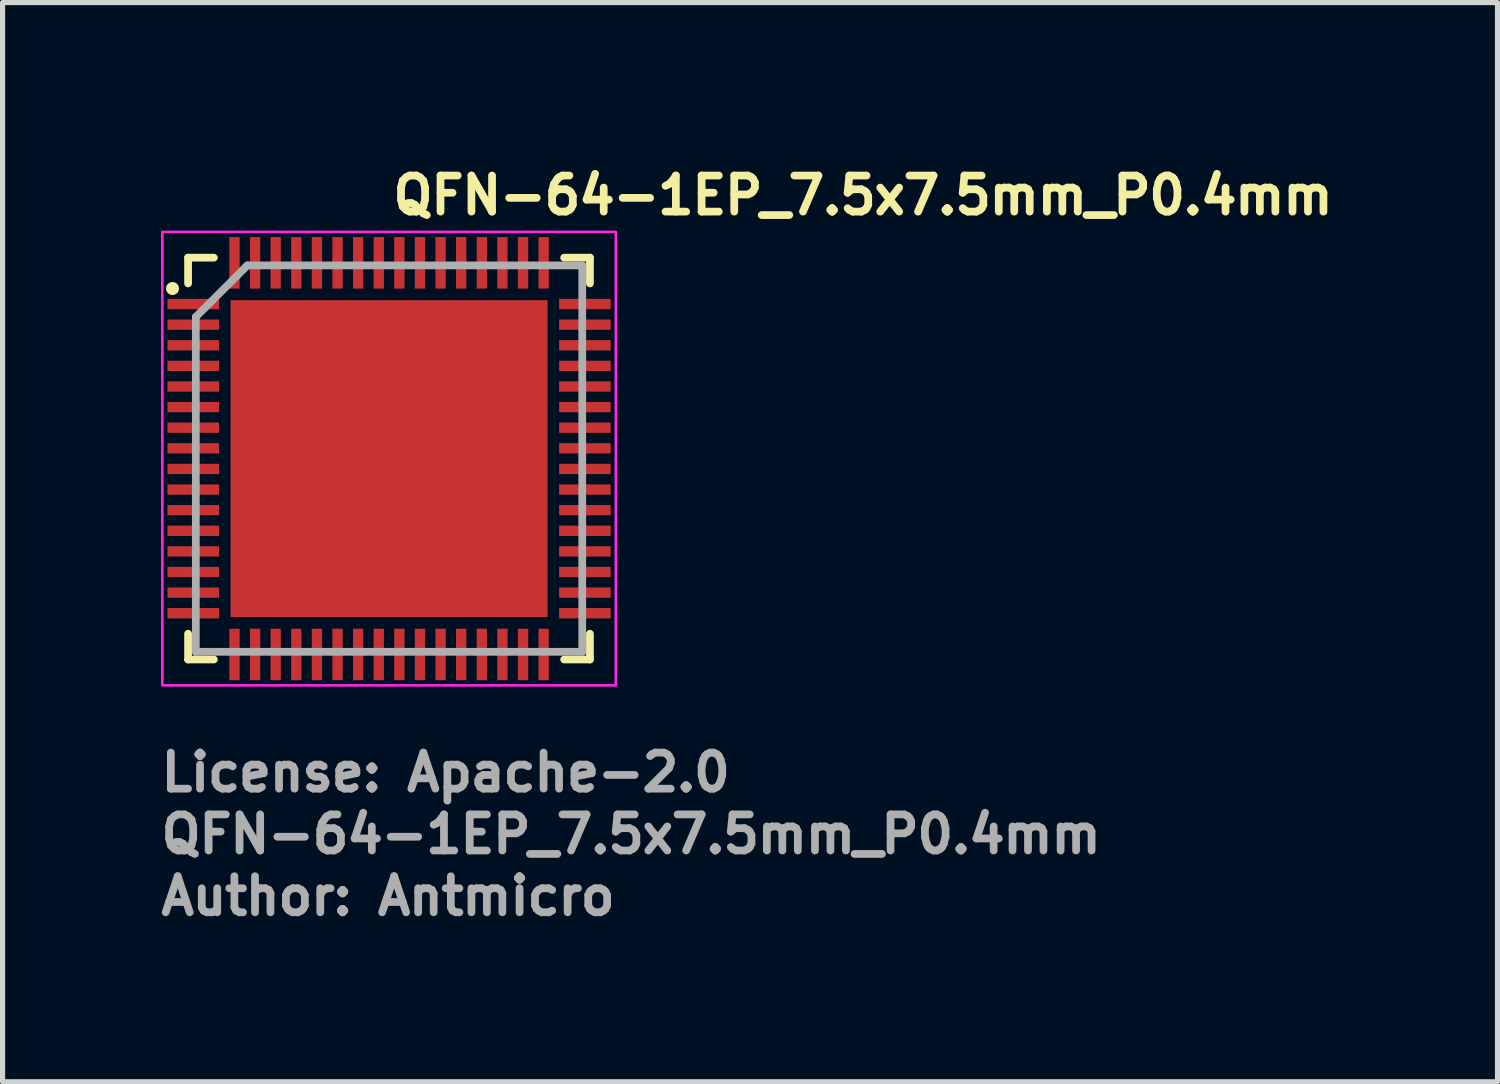
<source format=kicad_pcb>
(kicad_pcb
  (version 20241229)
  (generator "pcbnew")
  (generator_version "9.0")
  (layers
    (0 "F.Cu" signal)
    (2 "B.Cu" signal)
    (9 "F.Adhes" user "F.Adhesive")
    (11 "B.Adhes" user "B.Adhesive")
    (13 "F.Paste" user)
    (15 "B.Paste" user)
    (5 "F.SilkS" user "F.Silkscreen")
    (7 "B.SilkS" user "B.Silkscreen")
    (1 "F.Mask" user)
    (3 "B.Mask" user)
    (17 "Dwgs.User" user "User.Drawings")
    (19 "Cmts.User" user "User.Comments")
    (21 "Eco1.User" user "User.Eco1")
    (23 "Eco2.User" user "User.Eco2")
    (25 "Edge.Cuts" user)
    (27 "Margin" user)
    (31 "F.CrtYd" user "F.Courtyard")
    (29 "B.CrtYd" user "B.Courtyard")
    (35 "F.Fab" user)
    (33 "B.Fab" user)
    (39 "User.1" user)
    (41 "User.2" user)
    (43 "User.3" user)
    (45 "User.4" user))
  (footprint "QFN-64-1EP_7.5x7.5mm_P0.4mm"
    (layer "F.Cu")
    (at 4.5 5.85)
    (property "Reference" "QFN-64-1EP_7.5x7.5mm_P0.4mm" (at 0 -4.7 0) (layer "F.SilkS") (effects (font (size 0.7 0.7) (thickness 0.15)) (justify left bottom)))
    (attr smd)
    (fp_line (start -3.9 -3.9) (end -3.4 -3.9) (stroke (width 0.15) (type solid)) (layer "F.SilkS"))
    (fp_line (start -3.9 -3.4) (end -3.9 -3.9) (stroke (width 0.15) (type solid)) (layer "F.SilkS"))
    (fp_line (start -3.9 3.898) (end -3.9 3.398) (stroke (width 0.15) (type solid)) (layer "F.SilkS"))
    (fp_line (start -3.4 3.898) (end -3.9 3.898) (stroke (width 0.15) (type solid)) (layer "F.SilkS"))
    (fp_line (start 3.398 -3.9) (end 3.898 -3.9) (stroke (width 0.15) (type solid)) (layer "F.SilkS"))
    (fp_line (start 3.398 3.898) (end 3.898 3.898) (stroke (width 0.15) (type solid)) (layer "F.SilkS"))
    (fp_line (start 3.898 -3.9) (end 3.898 -3.4) (stroke (width 0.15) (type solid)) (layer "F.SilkS"))
    (fp_line (start 3.898 3.898) (end 3.898 3.398) (stroke (width 0.15) (type solid)) (layer "F.SilkS"))
    (fp_circle (center -4.202 -3.301) (end -4.151 -3.301) (stroke (width 0.15) (type solid)) (fill yes) (layer "F.SilkS"))
    (fp_poly (pts (xy -2.681 1.126) (xy -1.18 1.126) (xy -1.18 2.68) (xy -2.681 2.68)) (stroke (width 0.01) (type solid)) (fill yes) (layer "F.Paste"))
    (fp_poly (pts (xy -1.17 -1.131) (xy -2.67 -1.131) (xy -2.67 -2.681) (xy -1.17 -2.681)) (stroke (width 0.01) (type solid)) (fill yes) (layer "F.Paste"))
    (fp_poly (pts (xy -1.17 0.77) (xy -2.67 0.77) (xy -2.67 -0.784) (xy -1.17 -0.784)) (stroke (width 0.01) (type solid)) (fill yes) (layer "F.Paste"))
    (fp_poly (pts (xy -0.73 1.126) (xy 0.77 1.126) (xy 0.77 2.68) (xy -0.73 2.68)) (stroke (width 0.01) (type solid)) (fill yes) (layer "F.Paste"))
    (fp_poly (pts (xy 0.726 -1.131) (xy -0.774 -1.131) (xy -0.774 -2.681) (xy 0.726 -2.681)) (stroke (width 0.01) (type solid)) (fill yes) (layer "F.Paste"))
    (fp_poly (pts (xy 0.726 0.77) (xy -0.774 0.77) (xy -0.774 -0.784) (xy 0.726 -0.784)) (stroke (width 0.01) (type solid)) (fill yes) (layer "F.Paste"))
    (fp_poly (pts (xy 1.169 1.126) (xy 2.668 1.126) (xy 2.668 2.68) (xy 1.169 2.68)) (stroke (width 0.01) (type solid)) (fill yes) (layer "F.Paste"))
    (fp_poly (pts (xy 2.68 -1.131) (xy 1.179 -1.131) (xy 1.179 -2.681) (xy 2.68 -2.681)) (stroke (width 0.01) (type solid)) (fill yes) (layer "F.Paste"))
    (fp_poly (pts (xy 2.68 0.77) (xy 1.179 0.77) (xy 1.179 -0.784) (xy 2.68 -0.784)) (stroke (width 0.01) (type solid)) (fill yes) (layer "F.Paste"))
    (fp_rect (start -4.4 -4.4) (end 4.4 4.4) (stroke (width 0.05) (type solid)) (fill no) (layer "F.CrtYd"))
    (fp_line (start -3.75 -2.75) (end -3.75 3.749) (stroke (width 0.15) (type solid)) (layer "F.Fab"))
    (fp_line (start -3.75 3.749) (end 3.749 3.749) (stroke (width 0.15) (type solid)) (layer "F.Fab"))
    (fp_line (start -2.75 -3.75) (end -3.75 -2.75) (stroke (width 0.15) (type solid)) (layer "F.Fab"))
    (fp_line (start 3.749 -3.75) (end -2.75 -3.75) (stroke (width 0.15) (type solid)) (layer "F.Fab"))
    (fp_line (start 3.749 3.749) (end 3.749 -3.75) (stroke (width 0.15) (type solid)) (layer "F.Fab"))
    (fp_rect (start -4 -4) (end 3.999 3.999) (stroke (width 0.1) (type solid)) (fill no) (layer "User.5"))
    (fp_line (start -4 -4) (end -4 3.999) (stroke (width 0.02) (type solid)) (layer "User.9"))
    (fp_line (start -4 3.999) (end 3.999 3.999) (stroke (width 0.02) (type solid)) (layer "User.9"))
    (fp_line (start -3.758 -3.456) (end -3.758 -3.456) (stroke (width 0.02) (type solid)) (layer "User.9"))
    (fp_line (start -3.758 -3.456) (end -3.758 -3.456) (stroke (width 0.02) (type solid)) (layer "User.9"))
    (fp_line (start -3.758 -3.456) (end -3.757 -3.442) (stroke (width 0.02) (type solid)) (layer "User.9"))
    (fp_line (start -3.758 -3.456) (end -3.757 -3.442) (stroke (width 0.02) (type solid)) (layer "User.9"))
    (fp_line (start -3.757 -3.471) (end -3.758 -3.456) (stroke (width 0.02) (type solid)) (layer "User.9"))
    (fp_line (start -3.757 -3.471) (end -3.758 -3.456) (stroke (width 0.02) (type solid)) (layer "User.9"))
    (fp_line (start -3.757 -3.442) (end -3.755 -3.427) (stroke (width 0.02) (type solid)) (layer "User.9"))
    (fp_line (start -3.757 -3.442) (end -3.755 -3.427) (stroke (width 0.02) (type solid)) (layer "User.9"))
    (fp_line (start -3.755 -3.484) (end -3.757 -3.471) (stroke (width 0.02) (type solid)) (layer "User.9"))
    (fp_line (start -3.755 -3.484) (end -3.757 -3.471) (stroke (width 0.02) (type solid)) (layer "User.9"))
    (fp_line (start -3.755 -3.427) (end -3.754 -3.414) (stroke (width 0.02) (type solid)) (layer "User.9"))
    (fp_line (start -3.755 -3.427) (end -3.754 -3.414) (stroke (width 0.02) (type solid)) (layer "User.9"))
    (fp_line (start -3.754 -3.499) (end -3.755 -3.484) (stroke (width 0.02) (type solid)) (layer "User.9"))
    (fp_line (start -3.754 -3.499) (end -3.755 -3.484) (stroke (width 0.02) (type solid)) (layer "User.9"))
    (fp_line (start -3.754 -3.414) (end -3.751 -3.399) (stroke (width 0.02) (type solid)) (layer "User.9"))
    (fp_line (start -3.754 -3.414) (end -3.751 -3.399) (stroke (width 0.02) (type solid)) (layer "User.9"))
    (fp_line (start -3.751 -3.512) (end -3.754 -3.499) (stroke (width 0.02) (type solid)) (layer "User.9"))
    (fp_line (start -3.751 -3.512) (end -3.754 -3.499) (stroke (width 0.02) (type solid)) (layer "User.9"))
    (fp_line (start -3.751 -3.399) (end -3.749 -3.387) (stroke (width 0.02) (type solid)) (layer "User.9"))
    (fp_line (start -3.751 -3.399) (end -3.749 -3.387) (stroke (width 0.02) (type solid)) (layer "User.9"))
    (fp_line (start -3.749 -3.527) (end -3.751 -3.512) (stroke (width 0.02) (type solid)) (layer "User.9"))
    (fp_line (start -3.749 -3.527) (end -3.751 -3.512) (stroke (width 0.02) (type solid)) (layer "User.9"))
    (fp_line (start -3.749 -3.387) (end -3.745 -3.374) (stroke (width 0.02) (type solid)) (layer "User.9"))
    (fp_line (start -3.749 -3.387) (end -3.745 -3.374) (stroke (width 0.02) (type solid)) (layer "User.9"))
    (fp_line (start -3.745 -3.54) (end -3.749 -3.527) (stroke (width 0.02) (type solid)) (layer "User.9"))
    (fp_line (start -3.745 -3.54) (end -3.749 -3.527) (stroke (width 0.02) (type solid)) (layer "User.9"))
    (fp_line (start -3.745 -3.374) (end -3.741 -3.36) (stroke (width 0.02) (type solid)) (layer "User.9"))
    (fp_line (start -3.745 -3.374) (end -3.741 -3.36) (stroke (width 0.02) (type solid)) (layer "User.9"))
    (fp_line (start -3.741 -3.552) (end -3.745 -3.54) (stroke (width 0.02) (type solid)) (layer "User.9"))
    (fp_line (start -3.741 -3.552) (end -3.745 -3.54) (stroke (width 0.02) (type solid)) (layer "User.9"))
    (fp_line (start -3.741 -3.36) (end -3.735 -3.347) (stroke (width 0.02) (type solid)) (layer "User.9"))
    (fp_line (start -3.741 -3.36) (end -3.735 -3.347) (stroke (width 0.02) (type solid)) (layer "User.9"))
    (fp_line (start -3.735 -3.565) (end -3.741 -3.552) (stroke (width 0.02) (type solid)) (layer "User.9"))
    (fp_line (start -3.735 -3.565) (end -3.741 -3.552) (stroke (width 0.02) (type solid)) (layer "User.9"))
    (fp_line (start -3.735 -3.347) (end -3.73 -3.335) (stroke (width 0.02) (type solid)) (layer "User.9"))
    (fp_line (start -3.735 -3.347) (end -3.73 -3.335) (stroke (width 0.02) (type solid)) (layer "User.9"))
    (fp_line (start -3.73 -3.577) (end -3.735 -3.565) (stroke (width 0.02) (type solid)) (layer "User.9"))
    (fp_line (start -3.73 -3.577) (end -3.735 -3.565) (stroke (width 0.02) (type solid)) (layer "User.9"))
    (fp_line (start -3.73 -3.335) (end -3.723 -3.322) (stroke (width 0.02) (type solid)) (layer "User.9"))
    (fp_line (start -3.73 -3.335) (end -3.723 -3.322) (stroke (width 0.02) (type solid)) (layer "User.9"))
    (fp_line (start -3.723 -3.589) (end -3.73 -3.577) (stroke (width 0.02) (type solid)) (layer "User.9"))
    (fp_line (start -3.723 -3.589) (end -3.73 -3.577) (stroke (width 0.02) (type solid)) (layer "User.9"))
    (fp_line (start -3.723 -3.322) (end -3.717 -3.311) (stroke (width 0.02) (type solid)) (layer "User.9"))
    (fp_line (start -3.723 -3.322) (end -3.717 -3.311) (stroke (width 0.02) (type solid)) (layer "User.9"))
    (fp_line (start -3.717 -3.601) (end -3.723 -3.589) (stroke (width 0.02) (type solid)) (layer "User.9"))
    (fp_line (start -3.717 -3.601) (end -3.723 -3.589) (stroke (width 0.02) (type solid)) (layer "User.9"))
    (fp_line (start -3.717 -3.311) (end -3.709 -3.299) (stroke (width 0.02) (type solid)) (layer "User.9"))
    (fp_line (start -3.717 -3.311) (end -3.709 -3.299) (stroke (width 0.02) (type solid)) (layer "User.9"))
    (fp_line (start -3.709 -3.613) (end -3.717 -3.601) (stroke (width 0.02) (type solid)) (layer "User.9"))
    (fp_line (start -3.709 -3.613) (end -3.717 -3.601) (stroke (width 0.02) (type solid)) (layer "User.9"))
    (fp_line (start -3.709 -3.299) (end -3.701 -3.289) (stroke (width 0.02) (type solid)) (layer "User.9"))
    (fp_line (start -3.709 -3.299) (end -3.701 -3.289) (stroke (width 0.02) (type solid)) (layer "User.9"))
    (fp_line (start -3.701 -3.624) (end -3.709 -3.613) (stroke (width 0.02) (type solid)) (layer "User.9"))
    (fp_line (start -3.701 -3.624) (end -3.709 -3.613) (stroke (width 0.02) (type solid)) (layer "User.9"))
    (fp_line (start -3.701 -3.289) (end -3.693 -3.278) (stroke (width 0.02) (type solid)) (layer "User.9"))
    (fp_line (start -3.701 -3.289) (end -3.693 -3.278) (stroke (width 0.02) (type solid)) (layer "User.9"))
    (fp_line (start -3.693 -3.634) (end -3.701 -3.624) (stroke (width 0.02) (type solid)) (layer "User.9"))
    (fp_line (start -3.693 -3.634) (end -3.701 -3.624) (stroke (width 0.02) (type solid)) (layer "User.9"))
    (fp_line (start -3.693 -3.278) (end -3.685 -3.269) (stroke (width 0.02) (type solid)) (layer "User.9"))
    (fp_line (start -3.693 -3.278) (end -3.685 -3.269) (stroke (width 0.02) (type solid)) (layer "User.9"))
    (fp_line (start -3.685 -3.645) (end -3.693 -3.634) (stroke (width 0.02) (type solid)) (layer "User.9"))
    (fp_line (start -3.685 -3.645) (end -3.693 -3.634) (stroke (width 0.02) (type solid)) (layer "User.9"))
    (fp_line (start -3.685 -3.269) (end -3.676 -3.258) (stroke (width 0.02) (type solid)) (layer "User.9"))
    (fp_line (start -3.685 -3.269) (end -3.676 -3.258) (stroke (width 0.02) (type solid)) (layer "User.9"))
    (fp_line (start -3.676 -3.654) (end -3.685 -3.645) (stroke (width 0.02) (type solid)) (layer "User.9"))
    (fp_line (start -3.676 -3.654) (end -3.685 -3.645) (stroke (width 0.02) (type solid)) (layer "User.9"))
    (fp_line (start -3.676 -3.258) (end -3.665 -3.25) (stroke (width 0.02) (type solid)) (layer "User.9"))
    (fp_line (start -3.676 -3.258) (end -3.665 -3.25) (stroke (width 0.02) (type solid)) (layer "User.9"))
    (fp_line (start -3.665 -3.664) (end -3.676 -3.654) (stroke (width 0.02) (type solid)) (layer "User.9"))
    (fp_line (start -3.665 -3.664) (end -3.676 -3.654) (stroke (width 0.02) (type solid)) (layer "User.9"))
    (fp_line (start -3.665 -3.25) (end -3.656 -3.241) (stroke (width 0.02) (type solid)) (layer "User.9"))
    (fp_line (start -3.665 -3.25) (end -3.656 -3.241) (stroke (width 0.02) (type solid)) (layer "User.9"))
    (fp_line (start -3.656 -3.673) (end -3.665 -3.664) (stroke (width 0.02) (type solid)) (layer "User.9"))
    (fp_line (start -3.656 -3.673) (end -3.665 -3.664) (stroke (width 0.02) (type solid)) (layer "User.9"))
    (fp_line (start -3.656 -3.241) (end -3.645 -3.231) (stroke (width 0.02) (type solid)) (layer "User.9"))
    (fp_line (start -3.656 -3.241) (end -3.645 -3.231) (stroke (width 0.02) (type solid)) (layer "User.9"))
    (fp_line (start -3.645 -3.681) (end -3.656 -3.673) (stroke (width 0.02) (type solid)) (layer "User.9"))
    (fp_line (start -3.645 -3.681) (end -3.656 -3.673) (stroke (width 0.02) (type solid)) (layer "User.9"))
    (fp_line (start -3.645 -3.231) (end -3.634 -3.225) (stroke (width 0.02) (type solid)) (layer "User.9"))
    (fp_line (start -3.645 -3.231) (end -3.634 -3.225) (stroke (width 0.02) (type solid)) (layer "User.9"))
    (fp_line (start -3.634 -3.689) (end -3.645 -3.681) (stroke (width 0.02) (type solid)) (layer "User.9"))
    (fp_line (start -3.634 -3.689) (end -3.645 -3.681) (stroke (width 0.02) (type solid)) (layer "User.9"))
    (fp_line (start -3.634 -3.225) (end -3.622 -3.217) (stroke (width 0.02) (type solid)) (layer "User.9"))
    (fp_line (start -3.634 -3.225) (end -3.622 -3.217) (stroke (width 0.02) (type solid)) (layer "User.9"))
    (fp_line (start -3.622 -3.696) (end -3.634 -3.689) (stroke (width 0.02) (type solid)) (layer "User.9"))
    (fp_line (start -3.622 -3.696) (end -3.634 -3.689) (stroke (width 0.02) (type solid)) (layer "User.9"))
    (fp_line (start -3.622 -3.217) (end -3.612 -3.21) (stroke (width 0.02) (type solid)) (layer "User.9"))
    (fp_line (start -3.622 -3.217) (end -3.612 -3.21) (stroke (width 0.02) (type solid)) (layer "User.9"))
    (fp_line (start -3.612 -3.702) (end -3.622 -3.696) (stroke (width 0.02) (type solid)) (layer "User.9"))
    (fp_line (start -3.612 -3.702) (end -3.622 -3.696) (stroke (width 0.02) (type solid)) (layer "User.9"))
    (fp_line (start -3.612 -3.21) (end -3.598 -3.203) (stroke (width 0.02) (type solid)) (layer "User.9"))
    (fp_line (start -3.612 -3.21) (end -3.598 -3.203) (stroke (width 0.02) (type solid)) (layer "User.9"))
    (fp_line (start -3.598 -3.709) (end -3.612 -3.702) (stroke (width 0.02) (type solid)) (layer "User.9"))
    (fp_line (start -3.598 -3.709) (end -3.612 -3.702) (stroke (width 0.02) (type solid)) (layer "User.9"))
    (fp_line (start -3.598 -3.203) (end -3.586 -3.198) (stroke (width 0.02) (type solid)) (layer "User.9"))
    (fp_line (start -3.598 -3.203) (end -3.586 -3.198) (stroke (width 0.02) (type solid)) (layer "User.9"))
    (fp_line (start -3.586 -3.714) (end -3.598 -3.709) (stroke (width 0.02) (type solid)) (layer "User.9"))
    (fp_line (start -3.586 -3.714) (end -3.598 -3.709) (stroke (width 0.02) (type solid)) (layer "User.9"))
    (fp_line (start -3.586 -3.198) (end -3.573 -3.193) (stroke (width 0.02) (type solid)) (layer "User.9"))
    (fp_line (start -3.586 -3.198) (end -3.573 -3.193) (stroke (width 0.02) (type solid)) (layer "User.9"))
    (fp_line (start -3.573 -3.719) (end -3.586 -3.714) (stroke (width 0.02) (type solid)) (layer "User.9"))
    (fp_line (start -3.573 -3.719) (end -3.586 -3.714) (stroke (width 0.02) (type solid)) (layer "User.9"))
    (fp_line (start -3.573 -3.193) (end -3.56 -3.189) (stroke (width 0.02) (type solid)) (layer "User.9"))
    (fp_line (start -3.573 -3.193) (end -3.56 -3.189) (stroke (width 0.02) (type solid)) (layer "User.9"))
    (fp_line (start -3.56 -3.723) (end -3.573 -3.719) (stroke (width 0.02) (type solid)) (layer "User.9"))
    (fp_line (start -3.56 -3.723) (end -3.573 -3.719) (stroke (width 0.02) (type solid)) (layer "User.9"))
    (fp_line (start -3.56 -3.189) (end -3.548 -3.185) (stroke (width 0.02) (type solid)) (layer "User.9"))
    (fp_line (start -3.56 -3.189) (end -3.548 -3.185) (stroke (width 0.02) (type solid)) (layer "User.9"))
    (fp_line (start -3.548 -3.727) (end -3.56 -3.723) (stroke (width 0.02) (type solid)) (layer "User.9"))
    (fp_line (start -3.548 -3.727) (end -3.56 -3.723) (stroke (width 0.02) (type solid)) (layer "User.9"))
    (fp_line (start -3.548 -3.185) (end -3.535 -3.181) (stroke (width 0.02) (type solid)) (layer "User.9"))
    (fp_line (start -3.548 -3.185) (end -3.535 -3.181) (stroke (width 0.02) (type solid)) (layer "User.9"))
    (fp_line (start -3.535 -3.73) (end -3.548 -3.727) (stroke (width 0.02) (type solid)) (layer "User.9"))
    (fp_line (start -3.535 -3.73) (end -3.548 -3.727) (stroke (width 0.02) (type solid)) (layer "User.9"))
    (fp_line (start -3.535 -3.181) (end -3.52 -3.18) (stroke (width 0.02) (type solid)) (layer "User.9"))
    (fp_line (start -3.535 -3.181) (end -3.52 -3.18) (stroke (width 0.02) (type solid)) (layer "User.9"))
    (fp_line (start -3.52 -3.734) (end -3.535 -3.73) (stroke (width 0.02) (type solid)) (layer "User.9"))
    (fp_line (start -3.52 -3.734) (end -3.535 -3.73) (stroke (width 0.02) (type solid)) (layer "User.9"))
    (fp_line (start -3.52 -3.18) (end -3.507 -3.177) (stroke (width 0.02) (type solid)) (layer "User.9"))
    (fp_line (start -3.52 -3.18) (end -3.507 -3.177) (stroke (width 0.02) (type solid)) (layer "User.9"))
    (fp_line (start -3.507 -3.735) (end -3.52 -3.734) (stroke (width 0.02) (type solid)) (layer "User.9"))
    (fp_line (start -3.507 -3.735) (end -3.52 -3.734) (stroke (width 0.02) (type solid)) (layer "User.9"))
    (fp_line (start -3.507 -3.177) (end -3.492 -3.177) (stroke (width 0.02) (type solid)) (layer "User.9"))
    (fp_line (start -3.507 -3.177) (end -3.492 -3.177) (stroke (width 0.02) (type solid)) (layer "User.9"))
    (fp_line (start -3.492 -3.737) (end -3.507 -3.735) (stroke (width 0.02) (type solid)) (layer "User.9"))
    (fp_line (start -3.492 -3.737) (end -3.507 -3.735) (stroke (width 0.02) (type solid)) (layer "User.9"))
    (fp_line (start -3.492 -3.177) (end -3.477 -3.176) (stroke (width 0.02) (type solid)) (layer "User.9"))
    (fp_line (start -3.492 -3.177) (end -3.477 -3.176) (stroke (width 0.02) (type solid)) (layer "User.9"))
    (fp_line (start -3.477 -3.737) (end -3.492 -3.737) (stroke (width 0.02) (type solid)) (layer "User.9"))
    (fp_line (start -3.477 -3.737) (end -3.492 -3.737) (stroke (width 0.02) (type solid)) (layer "User.9"))
    (fp_line (start -3.477 -3.176) (end -3.464 -3.177) (stroke (width 0.02) (type solid)) (layer "User.9"))
    (fp_line (start -3.477 -3.176) (end -3.464 -3.177) (stroke (width 0.02) (type solid)) (layer "User.9"))
    (fp_line (start -3.464 -3.737) (end -3.477 -3.737) (stroke (width 0.02) (type solid)) (layer "User.9"))
    (fp_line (start -3.464 -3.737) (end -3.477 -3.737) (stroke (width 0.02) (type solid)) (layer "User.9"))
    (fp_line (start -3.464 -3.177) (end -3.45 -3.177) (stroke (width 0.02) (type solid)) (layer "User.9"))
    (fp_line (start -3.464 -3.177) (end -3.45 -3.177) (stroke (width 0.02) (type solid)) (layer "User.9"))
    (fp_line (start -3.45 -3.735) (end -3.464 -3.737) (stroke (width 0.02) (type solid)) (layer "User.9"))
    (fp_line (start -3.45 -3.735) (end -3.464 -3.737) (stroke (width 0.02) (type solid)) (layer "User.9"))
    (fp_line (start -3.45 -3.177) (end -3.435 -3.18) (stroke (width 0.02) (type solid)) (layer "User.9"))
    (fp_line (start -3.45 -3.177) (end -3.435 -3.18) (stroke (width 0.02) (type solid)) (layer "User.9"))
    (fp_line (start -3.435 -3.734) (end -3.45 -3.735) (stroke (width 0.02) (type solid)) (layer "User.9"))
    (fp_line (start -3.435 -3.734) (end -3.45 -3.735) (stroke (width 0.02) (type solid)) (layer "User.9"))
    (fp_line (start -3.435 -3.18) (end -3.422 -3.181) (stroke (width 0.02) (type solid)) (layer "User.9"))
    (fp_line (start -3.435 -3.18) (end -3.422 -3.181) (stroke (width 0.02) (type solid)) (layer "User.9"))
    (fp_line (start -3.422 -3.73) (end -3.435 -3.734) (stroke (width 0.02) (type solid)) (layer "User.9"))
    (fp_line (start -3.422 -3.73) (end -3.435 -3.734) (stroke (width 0.02) (type solid)) (layer "User.9"))
    (fp_line (start -3.422 -3.181) (end -3.407 -3.185) (stroke (width 0.02) (type solid)) (layer "User.9"))
    (fp_line (start -3.422 -3.181) (end -3.407 -3.185) (stroke (width 0.02) (type solid)) (layer "User.9"))
    (fp_line (start -3.407 -3.727) (end -3.422 -3.73) (stroke (width 0.02) (type solid)) (layer "User.9"))
    (fp_line (start -3.407 -3.727) (end -3.422 -3.73) (stroke (width 0.02) (type solid)) (layer "User.9"))
    (fp_line (start -3.407 -3.185) (end -3.395 -3.189) (stroke (width 0.02) (type solid)) (layer "User.9"))
    (fp_line (start -3.407 -3.185) (end -3.395 -3.189) (stroke (width 0.02) (type solid)) (layer "User.9"))
    (fp_line (start -3.395 -3.723) (end -3.407 -3.727) (stroke (width 0.02) (type solid)) (layer "User.9"))
    (fp_line (start -3.395 -3.723) (end -3.407 -3.727) (stroke (width 0.02) (type solid)) (layer "User.9"))
    (fp_line (start -3.395 -3.189) (end -3.382 -3.193) (stroke (width 0.02) (type solid)) (layer "User.9"))
    (fp_line (start -3.395 -3.189) (end -3.382 -3.193) (stroke (width 0.02) (type solid)) (layer "User.9"))
    (fp_line (start -3.382 -3.719) (end -3.395 -3.723) (stroke (width 0.02) (type solid)) (layer "User.9"))
    (fp_line (start -3.382 -3.719) (end -3.395 -3.723) (stroke (width 0.02) (type solid)) (layer "User.9"))
    (fp_line (start -3.382 -3.193) (end -3.368 -3.198) (stroke (width 0.02) (type solid)) (layer "User.9"))
    (fp_line (start -3.382 -3.193) (end -3.368 -3.198) (stroke (width 0.02) (type solid)) (layer "User.9"))
    (fp_line (start -3.368 -3.714) (end -3.382 -3.719) (stroke (width 0.02) (type solid)) (layer "User.9"))
    (fp_line (start -3.368 -3.714) (end -3.382 -3.719) (stroke (width 0.02) (type solid)) (layer "User.9"))
    (fp_line (start -3.368 -3.198) (end -3.356 -3.203) (stroke (width 0.02) (type solid)) (layer "User.9"))
    (fp_line (start -3.368 -3.198) (end -3.356 -3.203) (stroke (width 0.02) (type solid)) (layer "User.9"))
    (fp_line (start -3.356 -3.709) (end -3.368 -3.714) (stroke (width 0.02) (type solid)) (layer "User.9"))
    (fp_line (start -3.356 -3.709) (end -3.368 -3.714) (stroke (width 0.02) (type solid)) (layer "User.9"))
    (fp_line (start -3.356 -3.203) (end -3.344 -3.21) (stroke (width 0.02) (type solid)) (layer "User.9"))
    (fp_line (start -3.356 -3.203) (end -3.344 -3.21) (stroke (width 0.02) (type solid)) (layer "User.9"))
    (fp_line (start -3.344 -3.702) (end -3.356 -3.709) (stroke (width 0.02) (type solid)) (layer "User.9"))
    (fp_line (start -3.344 -3.702) (end -3.356 -3.709) (stroke (width 0.02) (type solid)) (layer "User.9"))
    (fp_line (start -3.344 -3.21) (end -3.332 -3.217) (stroke (width 0.02) (type solid)) (layer "User.9"))
    (fp_line (start -3.344 -3.21) (end -3.332 -3.217) (stroke (width 0.02) (type solid)) (layer "User.9"))
    (fp_line (start -3.332 -3.696) (end -3.344 -3.702) (stroke (width 0.02) (type solid)) (layer "User.9"))
    (fp_line (start -3.332 -3.696) (end -3.344 -3.702) (stroke (width 0.02) (type solid)) (layer "User.9"))
    (fp_line (start -3.332 -3.217) (end -3.322 -3.225) (stroke (width 0.02) (type solid)) (layer "User.9"))
    (fp_line (start -3.332 -3.217) (end -3.322 -3.225) (stroke (width 0.02) (type solid)) (layer "User.9"))
    (fp_line (start -3.322 -3.689) (end -3.332 -3.696) (stroke (width 0.02) (type solid)) (layer "User.9"))
    (fp_line (start -3.322 -3.689) (end -3.332 -3.696) (stroke (width 0.02) (type solid)) (layer "User.9"))
    (fp_line (start -3.322 -3.225) (end -3.31 -3.231) (stroke (width 0.02) (type solid)) (layer "User.9"))
    (fp_line (start -3.322 -3.225) (end -3.31 -3.231) (stroke (width 0.02) (type solid)) (layer "User.9"))
    (fp_line (start -3.31 -3.681) (end -3.322 -3.689) (stroke (width 0.02) (type solid)) (layer "User.9"))
    (fp_line (start -3.31 -3.681) (end -3.322 -3.689) (stroke (width 0.02) (type solid)) (layer "User.9"))
    (fp_line (start -3.31 -3.231) (end -3.299 -3.241) (stroke (width 0.02) (type solid)) (layer "User.9"))
    (fp_line (start -3.31 -3.231) (end -3.299 -3.241) (stroke (width 0.02) (type solid)) (layer "User.9"))
    (fp_line (start -3.299 -3.673) (end -3.31 -3.681) (stroke (width 0.02) (type solid)) (layer "User.9"))
    (fp_line (start -3.299 -3.673) (end -3.31 -3.681) (stroke (width 0.02) (type solid)) (layer "User.9"))
    (fp_line (start -3.299 -3.241) (end -3.29 -3.25) (stroke (width 0.02) (type solid)) (layer "User.9"))
    (fp_line (start -3.299 -3.241) (end -3.29 -3.25) (stroke (width 0.02) (type solid)) (layer "User.9"))
    (fp_line (start -3.29 -3.664) (end -3.299 -3.673) (stroke (width 0.02) (type solid)) (layer "User.9"))
    (fp_line (start -3.29 -3.664) (end -3.299 -3.673) (stroke (width 0.02) (type solid)) (layer "User.9"))
    (fp_line (start -3.29 -3.25) (end -3.279 -3.258) (stroke (width 0.02) (type solid)) (layer "User.9"))
    (fp_line (start -3.29 -3.25) (end -3.279 -3.258) (stroke (width 0.02) (type solid)) (layer "User.9"))
    (fp_line (start -3.279 -3.654) (end -3.29 -3.664) (stroke (width 0.02) (type solid)) (layer "User.9"))
    (fp_line (start -3.279 -3.654) (end -3.29 -3.664) (stroke (width 0.02) (type solid)) (layer "User.9"))
    (fp_line (start -3.279 -3.258) (end -3.27 -3.269) (stroke (width 0.02) (type solid)) (layer "User.9"))
    (fp_line (start -3.279 -3.258) (end -3.27 -3.269) (stroke (width 0.02) (type solid)) (layer "User.9"))
    (fp_line (start -3.27 -3.645) (end -3.279 -3.654) (stroke (width 0.02) (type solid)) (layer "User.9"))
    (fp_line (start -3.27 -3.645) (end -3.279 -3.654) (stroke (width 0.02) (type solid)) (layer "User.9"))
    (fp_line (start -3.27 -3.269) (end -3.262 -3.278) (stroke (width 0.02) (type solid)) (layer "User.9"))
    (fp_line (start -3.27 -3.269) (end -3.262 -3.278) (stroke (width 0.02) (type solid)) (layer "User.9"))
    (fp_line (start -3.262 -3.634) (end -3.27 -3.645) (stroke (width 0.02) (type solid)) (layer "User.9"))
    (fp_line (start -3.262 -3.634) (end -3.27 -3.645) (stroke (width 0.02) (type solid)) (layer "User.9"))
    (fp_line (start -3.262 -3.278) (end -3.254 -3.289) (stroke (width 0.02) (type solid)) (layer "User.9"))
    (fp_line (start -3.262 -3.278) (end -3.254 -3.289) (stroke (width 0.02) (type solid)) (layer "User.9"))
    (fp_line (start -3.254 -3.624) (end -3.262 -3.634) (stroke (width 0.02) (type solid)) (layer "User.9"))
    (fp_line (start -3.254 -3.624) (end -3.262 -3.634) (stroke (width 0.02) (type solid)) (layer "User.9"))
    (fp_line (start -3.254 -3.289) (end -3.246 -3.299) (stroke (width 0.02) (type solid)) (layer "User.9"))
    (fp_line (start -3.254 -3.289) (end -3.246 -3.299) (stroke (width 0.02) (type solid)) (layer "User.9"))
    (fp_line (start -3.246 -3.613) (end -3.254 -3.624) (stroke (width 0.02) (type solid)) (layer "User.9"))
    (fp_line (start -3.246 -3.613) (end -3.254 -3.624) (stroke (width 0.02) (type solid)) (layer "User.9"))
    (fp_line (start -3.246 -3.299) (end -3.238 -3.311) (stroke (width 0.02) (type solid)) (layer "User.9"))
    (fp_line (start -3.246 -3.299) (end -3.238 -3.311) (stroke (width 0.02) (type solid)) (layer "User.9"))
    (fp_line (start -3.238 -3.601) (end -3.246 -3.613) (stroke (width 0.02) (type solid)) (layer "User.9"))
    (fp_line (start -3.238 -3.601) (end -3.246 -3.613) (stroke (width 0.02) (type solid)) (layer "User.9"))
    (fp_line (start -3.238 -3.311) (end -3.231 -3.322) (stroke (width 0.02) (type solid)) (layer "User.9"))
    (fp_line (start -3.238 -3.311) (end -3.231 -3.322) (stroke (width 0.02) (type solid)) (layer "User.9"))
    (fp_line (start -3.231 -3.589) (end -3.238 -3.601) (stroke (width 0.02) (type solid)) (layer "User.9"))
    (fp_line (start -3.231 -3.589) (end -3.238 -3.601) (stroke (width 0.02) (type solid)) (layer "User.9"))
    (fp_line (start -3.231 -3.322) (end -3.226 -3.335) (stroke (width 0.02) (type solid)) (layer "User.9"))
    (fp_line (start -3.231 -3.322) (end -3.226 -3.335) (stroke (width 0.02) (type solid)) (layer "User.9"))
    (fp_line (start -3.226 -3.577) (end -3.231 -3.589) (stroke (width 0.02) (type solid)) (layer "User.9"))
    (fp_line (start -3.226 -3.577) (end -3.231 -3.589) (stroke (width 0.02) (type solid)) (layer "User.9"))
    (fp_line (start -3.226 -3.335) (end -3.221 -3.347) (stroke (width 0.02) (type solid)) (layer "User.9"))
    (fp_line (start -3.226 -3.335) (end -3.221 -3.347) (stroke (width 0.02) (type solid)) (layer "User.9"))
    (fp_line (start -3.221 -3.565) (end -3.226 -3.577) (stroke (width 0.02) (type solid)) (layer "User.9"))
    (fp_line (start -3.221 -3.565) (end -3.226 -3.577) (stroke (width 0.02) (type solid)) (layer "User.9"))
    (fp_line (start -3.221 -3.347) (end -3.215 -3.36) (stroke (width 0.02) (type solid)) (layer "User.9"))
    (fp_line (start -3.221 -3.347) (end -3.215 -3.36) (stroke (width 0.02) (type solid)) (layer "User.9"))
    (fp_line (start -3.215 -3.552) (end -3.221 -3.565) (stroke (width 0.02) (type solid)) (layer "User.9"))
    (fp_line (start -3.215 -3.552) (end -3.221 -3.565) (stroke (width 0.02) (type solid)) (layer "User.9"))
    (fp_line (start -3.215 -3.36) (end -3.21 -3.374) (stroke (width 0.02) (type solid)) (layer "User.9"))
    (fp_line (start -3.215 -3.36) (end -3.21 -3.374) (stroke (width 0.02) (type solid)) (layer "User.9"))
    (fp_line (start -3.21 -3.54) (end -3.215 -3.552) (stroke (width 0.02) (type solid)) (layer "User.9"))
    (fp_line (start -3.21 -3.54) (end -3.215 -3.552) (stroke (width 0.02) (type solid)) (layer "User.9"))
    (fp_line (start -3.21 -3.374) (end -3.206 -3.387) (stroke (width 0.02) (type solid)) (layer "User.9"))
    (fp_line (start -3.21 -3.374) (end -3.206 -3.387) (stroke (width 0.02) (type solid)) (layer "User.9"))
    (fp_line (start -3.206 -3.527) (end -3.21 -3.54) (stroke (width 0.02) (type solid)) (layer "User.9"))
    (fp_line (start -3.206 -3.527) (end -3.21 -3.54) (stroke (width 0.02) (type solid)) (layer "User.9"))
    (fp_line (start -3.206 -3.387) (end -3.203 -3.399) (stroke (width 0.02) (type solid)) (layer "User.9"))
    (fp_line (start -3.206 -3.387) (end -3.203 -3.399) (stroke (width 0.02) (type solid)) (layer "User.9"))
    (fp_line (start -3.203 -3.512) (end -3.206 -3.527) (stroke (width 0.02) (type solid)) (layer "User.9"))
    (fp_line (start -3.203 -3.512) (end -3.206 -3.527) (stroke (width 0.02) (type solid)) (layer "User.9"))
    (fp_line (start -3.203 -3.399) (end -3.202 -3.414) (stroke (width 0.02) (type solid)) (layer "User.9"))
    (fp_line (start -3.203 -3.399) (end -3.202 -3.414) (stroke (width 0.02) (type solid)) (layer "User.9"))
    (fp_line (start -3.202 -3.499) (end -3.203 -3.512) (stroke (width 0.02) (type solid)) (layer "User.9"))
    (fp_line (start -3.202 -3.499) (end -3.203 -3.512) (stroke (width 0.02) (type solid)) (layer "User.9"))
    (fp_line (start -3.202 -3.414) (end -3.2 -3.427) (stroke (width 0.02) (type solid)) (layer "User.9"))
    (fp_line (start -3.202 -3.414) (end -3.2 -3.427) (stroke (width 0.02) (type solid)) (layer "User.9"))
    (fp_line (start -3.2 -3.484) (end -3.202 -3.499) (stroke (width 0.02) (type solid)) (layer "User.9"))
    (fp_line (start -3.2 -3.484) (end -3.202 -3.499) (stroke (width 0.02) (type solid)) (layer "User.9"))
    (fp_line (start -3.2 -3.427) (end -3.198 -3.442) (stroke (width 0.02) (type solid)) (layer "User.9"))
    (fp_line (start -3.2 -3.427) (end -3.198 -3.442) (stroke (width 0.02) (type solid)) (layer "User.9"))
    (fp_line (start -3.198 -3.471) (end -3.2 -3.484) (stroke (width 0.02) (type solid)) (layer "User.9"))
    (fp_line (start -3.198 -3.471) (end -3.2 -3.484) (stroke (width 0.02) (type solid)) (layer "User.9"))
    (fp_line (start -3.198 -3.456) (end -3.198 -3.471) (stroke (width 0.02) (type solid)) (layer "User.9"))
    (fp_line (start -3.198 -3.456) (end -3.198 -3.471) (stroke (width 0.02) (type solid)) (layer "User.9"))
    (fp_line (start -3.198 -3.456) (end -3.198 -3.456) (stroke (width 0.02) (type solid)) (layer "User.9"))
    (fp_line (start -3.198 -3.456) (end -3.198 -3.456) (stroke (width 0.02) (type solid)) (layer "User.9"))
    (fp_line (start -3.198 -3.442) (end -3.198 -3.456) (stroke (width 0.02) (type solid)) (layer "User.9"))
    (fp_line (start -3.198 -3.442) (end -3.198 -3.456) (stroke (width 0.02) (type solid)) (layer "User.9"))
    (fp_line (start 3.999 -4) (end -4 -4) (stroke (width 0.02) (type solid)) (layer "User.9"))
    (fp_line (start 3.999 3.999) (end 3.999 -4) (stroke (width 0.02) (type solid)) (layer "User.9"))
    (fp_text user "${REFERENCE}" (at -4.5 7.698 0) (layer "F.Fab") (effects (font (size 0.7 0.7) (thickness 0.15)) (justify left bottom)))
    (fp_text user "Author: Antmicro" (at -4.5 8.897 0) (layer "F.Fab") (effects (font (size 0.7 0.7) (thickness 0.15)) (justify left bottom)))
    (fp_text user "License: Apache-2.0" (at -4.5 6.498 0) (layer "F.Fab") (effects (font (size 0.7 0.7) (thickness 0.15)) (justify left bottom)))
    (pad "1" smd rect (at -3.8 -3 90) (size 0.2 1) (layers "F.Cu" "F.Mask" "F.Paste"))
    (pad "2" smd rect (at -3.8 -2.6 90) (size 0.2 1) (layers "F.Cu" "F.Mask" "F.Paste"))
    (pad "3" smd rect (at -3.8 -2.2 90) (size 0.2 1) (layers "F.Cu" "F.Mask" "F.Paste"))
    (pad "4" smd rect (at -3.8 -1.8 90) (size 0.2 1) (layers "F.Cu" "F.Mask" "F.Paste"))
    (pad "5" smd rect (at -3.8 -1.4 90) (size 0.2 1) (layers "F.Cu" "F.Mask" "F.Paste"))
    (pad "6" smd rect (at -3.8 -1 90) (size 0.2 1) (layers "F.Cu" "F.Mask" "F.Paste"))
    (pad "7" smd rect (at -3.8 -0.6 90) (size 0.2 1) (layers "F.Cu" "F.Mask" "F.Paste"))
    (pad "8" smd rect (at -3.8 -0.2 90) (size 0.2 1) (layers "F.Cu" "F.Mask" "F.Paste"))
    (pad "9" smd rect (at -3.8 0.2 90) (size 0.2 1) (layers "F.Cu" "F.Mask" "F.Paste"))
    (pad "10" smd rect (at -3.8 0.6 90) (size 0.2 1) (layers "F.Cu" "F.Mask" "F.Paste"))
    (pad "11" smd rect (at -3.8 1 90) (size 0.2 1) (layers "F.Cu" "F.Mask" "F.Paste"))
    (pad "12" smd rect (at -3.8 1.4 90) (size 0.2 1) (layers "F.Cu" "F.Mask" "F.Paste"))
    (pad "13" smd rect (at -3.8 1.8 90) (size 0.2 1) (layers "F.Cu" "F.Mask" "F.Paste"))
    (pad "14" smd rect (at -3.8 2.2 90) (size 0.2 1) (layers "F.Cu" "F.Mask" "F.Paste"))
    (pad "15" smd rect (at -3.8 2.6 90) (size 0.2 1) (layers "F.Cu" "F.Mask" "F.Paste"))
    (pad "16" smd rect (at -3.8 3 90) (size 0.2 1) (layers "F.Cu" "F.Mask" "F.Paste"))
    (pad "17" smd rect (at -3 3.8) (size 0.2 1) (layers "F.Cu" "F.Mask" "F.Paste"))
    (pad "18" smd rect (at -2.6 3.8) (size 0.2 1) (layers "F.Cu" "F.Mask" "F.Paste"))
    (pad "19" smd rect (at -2.2 3.8) (size 0.2 1) (layers "F.Cu" "F.Mask" "F.Paste"))
    (pad "20" smd rect (at -1.8 3.8) (size 0.2 1) (layers "F.Cu" "F.Mask" "F.Paste"))
    (pad "21" smd rect (at -1.4 3.8) (size 0.2 1) (layers "F.Cu" "F.Mask" "F.Paste"))
    (pad "22" smd rect (at -1 3.8) (size 0.2 1) (layers "F.Cu" "F.Mask" "F.Paste"))
    (pad "23" smd rect (at -0.6 3.8) (size 0.2 1) (layers "F.Cu" "F.Mask" "F.Paste"))
    (pad "24" smd rect (at -0.2 3.8) (size 0.2 1) (layers "F.Cu" "F.Mask" "F.Paste"))
    (pad "25" smd rect (at 0.2 3.8) (size 0.2 1) (layers "F.Cu" "F.Mask" "F.Paste"))
    (pad "26" smd rect (at 0.6 3.8) (size 0.2 1) (layers "F.Cu" "F.Mask" "F.Paste"))
    (pad "27" smd rect (at 1 3.8) (size 0.2 1) (layers "F.Cu" "F.Mask" "F.Paste"))
    (pad "28" smd rect (at 1.4 3.8) (size 0.2 1) (layers "F.Cu" "F.Mask" "F.Paste"))
    (pad "29" smd rect (at 1.8 3.8) (size 0.2 1) (layers "F.Cu" "F.Mask" "F.Paste"))
    (pad "30" smd rect (at 2.2 3.8) (size 0.2 1) (layers "F.Cu" "F.Mask" "F.Paste"))
    (pad "31" smd rect (at 2.6 3.8) (size 0.2 1) (layers "F.Cu" "F.Mask" "F.Paste"))
    (pad "32" smd rect (at 3 3.8) (size 0.2 1) (layers "F.Cu" "F.Mask" "F.Paste"))
    (pad "33" smd rect (at 3.8 3 90) (size 0.2 1) (layers "F.Cu" "F.Mask" "F.Paste"))
    (pad "34" smd rect (at 3.8 2.6 90) (size 0.2 1) (layers "F.Cu" "F.Mask" "F.Paste"))
    (pad "35" smd rect (at 3.8 2.2 90) (size 0.2 1) (layers "F.Cu" "F.Mask" "F.Paste"))
    (pad "36" smd rect (at 3.8 1.8 90) (size 0.2 1) (layers "F.Cu" "F.Mask" "F.Paste"))
    (pad "37" smd rect (at 3.8 1.4 90) (size 0.2 1) (layers "F.Cu" "F.Mask" "F.Paste"))
    (pad "38" smd rect (at 3.8 1 90) (size 0.2 1) (layers "F.Cu" "F.Mask" "F.Paste"))
    (pad "39" smd rect (at 3.8 0.6 90) (size 0.2 1) (layers "F.Cu" "F.Mask" "F.Paste"))
    (pad "40" smd rect (at 3.8 0.2 90) (size 0.2 1) (layers "F.Cu" "F.Mask" "F.Paste"))
    (pad "41" smd rect (at 3.8 -0.2 90) (size 0.2 1) (layers "F.Cu" "F.Mask" "F.Paste"))
    (pad "42" smd rect (at 3.8 -0.6 90) (size 0.2 1) (layers "F.Cu" "F.Mask" "F.Paste"))
    (pad "43" smd rect (at 3.8 -1 90) (size 0.2 1) (layers "F.Cu" "F.Mask" "F.Paste"))
    (pad "44" smd rect (at 3.8 -1.4 90) (size 0.2 1) (layers "F.Cu" "F.Mask" "F.Paste"))
    (pad "45" smd rect (at 3.8 -1.8 90) (size 0.2 1) (layers "F.Cu" "F.Mask" "F.Paste"))
    (pad "46" smd rect (at 3.8 -2.2 90) (size 0.2 1) (layers "F.Cu" "F.Mask" "F.Paste"))
    (pad "47" smd rect (at 3.8 -2.6 90) (size 0.2 1) (layers "F.Cu" "F.Mask" "F.Paste"))
    (pad "48" smd rect (at 3.8 -3 90) (size 0.2 1) (layers "F.Cu" "F.Mask" "F.Paste"))
    (pad "49" smd rect (at 3 -3.8 180) (size 0.2 1) (layers "F.Cu" "F.Mask" "F.Paste"))
    (pad "50" smd rect (at 2.6 -3.8 180) (size 0.2 1) (layers "F.Cu" "F.Mask" "F.Paste"))
    (pad "51" smd rect (at 2.2 -3.8 180) (size 0.2 1) (layers "F.Cu" "F.Mask" "F.Paste"))
    (pad "52" smd rect (at 1.8 -3.8 180) (size 0.2 1) (layers "F.Cu" "F.Mask" "F.Paste"))
    (pad "53" smd rect (at 1.4 -3.8 180) (size 0.2 1) (layers "F.Cu" "F.Mask" "F.Paste"))
    (pad "54" smd rect (at 1 -3.8 180) (size 0.2 1) (layers "F.Cu" "F.Mask" "F.Paste"))
    (pad "55" smd rect (at 0.6 -3.8 180) (size 0.2 1) (layers "F.Cu" "F.Mask" "F.Paste"))
    (pad "56" smd rect (at 0.2 -3.8 180) (size 0.2 1) (layers "F.Cu" "F.Mask" "F.Paste"))
    (pad "57" smd rect (at -0.2 -3.8 180) (size 0.2 1) (layers "F.Cu" "F.Mask" "F.Paste"))
    (pad "58" smd rect (at -0.6 -3.8 180) (size 0.2 1) (layers "F.Cu" "F.Mask" "F.Paste"))
    (pad "59" smd rect (at -1 -3.8 180) (size 0.2 1) (layers "F.Cu" "F.Mask" "F.Paste"))
    (pad "60" smd rect (at -1.4 -3.8 180) (size 0.2 1) (layers "F.Cu" "F.Mask" "F.Paste"))
    (pad "61" smd rect (at -1.8 -3.8 180) (size 0.2 1) (layers "F.Cu" "F.Mask" "F.Paste"))
    (pad "62" smd rect (at -2.2 -3.8 180) (size 0.2 1) (layers "F.Cu" "F.Mask" "F.Paste"))
    (pad "63" smd rect (at -2.6 -3.8 180) (size 0.2 1) (layers "F.Cu" "F.Mask" "F.Paste"))
    (pad "64" smd rect (at -3 -3.8 180) (size 0.2 1) (layers "F.Cu" "F.Mask" "F.Paste"))
    (pad "65" smd rect (at 0 0) (size 6.15 6.15) (layers "F.Cu" "F.Mask")))
  (gr_rect
    (start -3 -3)
    (end 26.01 17.942)
    (stroke (width 0.1) (type default))
    (fill no)
    (layer "Edge.Cuts")))
</source>
